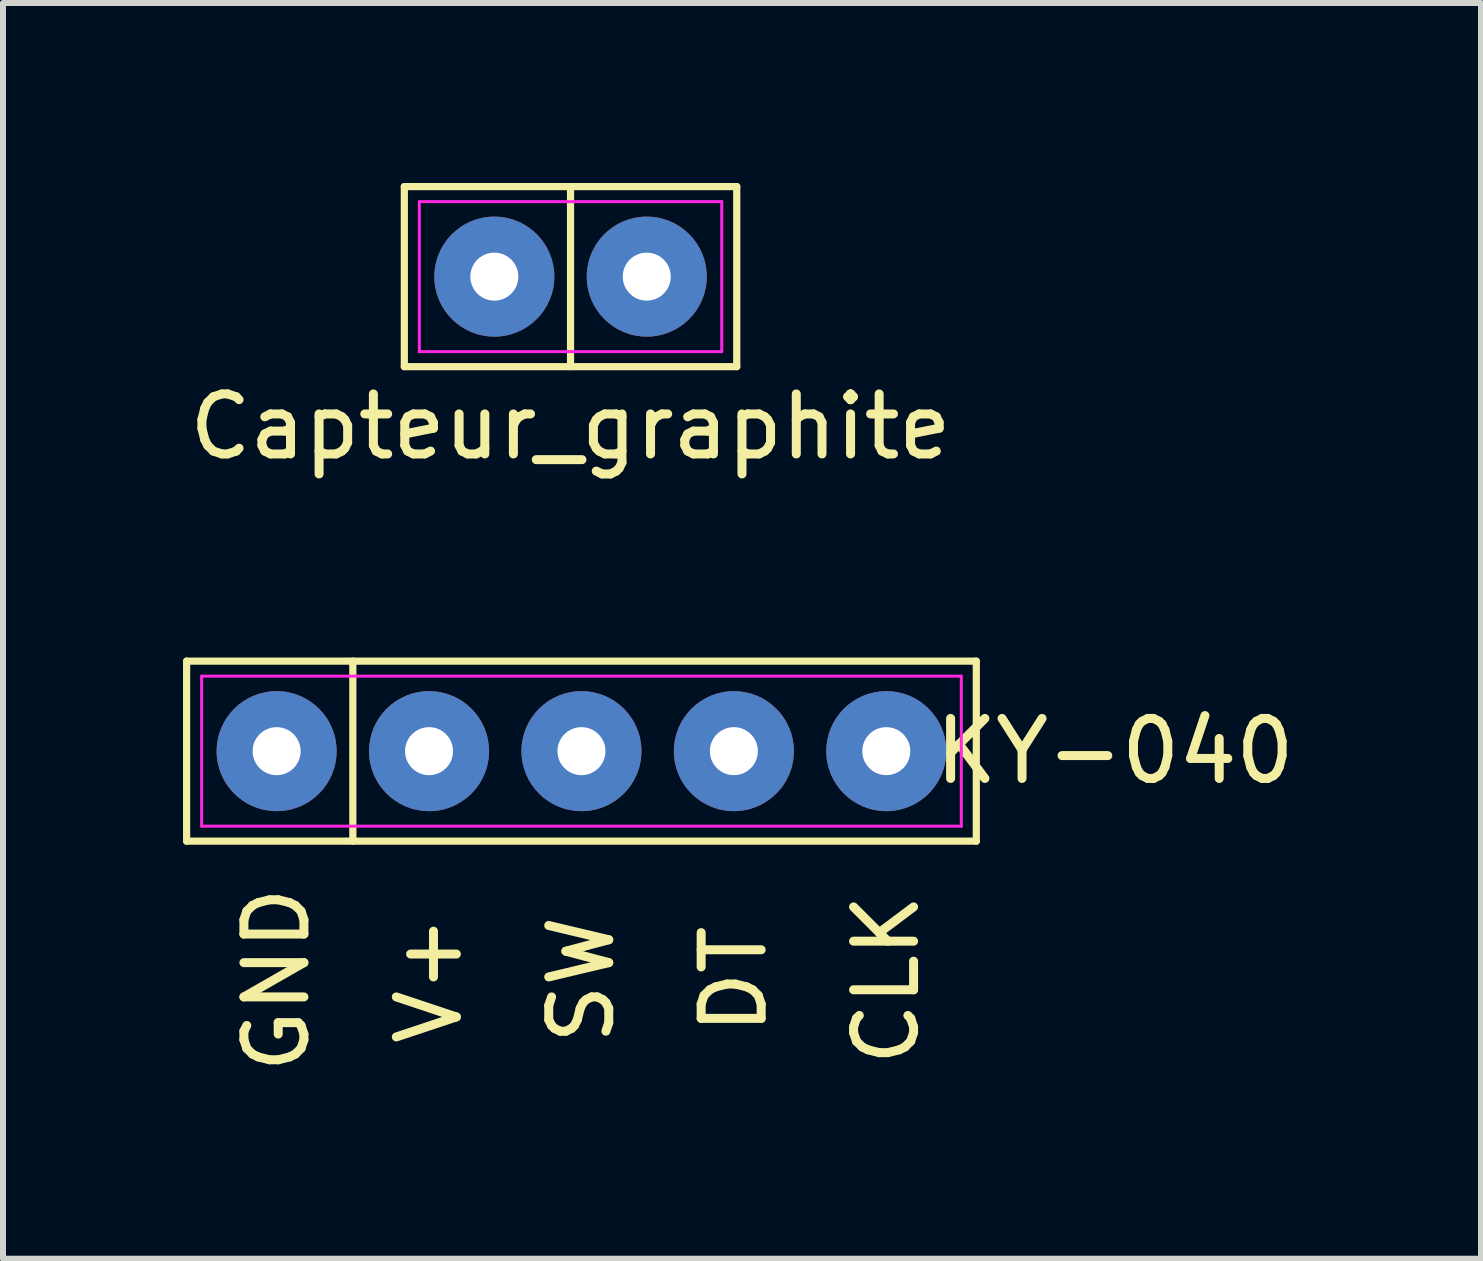
<source format=kicad_pcb>
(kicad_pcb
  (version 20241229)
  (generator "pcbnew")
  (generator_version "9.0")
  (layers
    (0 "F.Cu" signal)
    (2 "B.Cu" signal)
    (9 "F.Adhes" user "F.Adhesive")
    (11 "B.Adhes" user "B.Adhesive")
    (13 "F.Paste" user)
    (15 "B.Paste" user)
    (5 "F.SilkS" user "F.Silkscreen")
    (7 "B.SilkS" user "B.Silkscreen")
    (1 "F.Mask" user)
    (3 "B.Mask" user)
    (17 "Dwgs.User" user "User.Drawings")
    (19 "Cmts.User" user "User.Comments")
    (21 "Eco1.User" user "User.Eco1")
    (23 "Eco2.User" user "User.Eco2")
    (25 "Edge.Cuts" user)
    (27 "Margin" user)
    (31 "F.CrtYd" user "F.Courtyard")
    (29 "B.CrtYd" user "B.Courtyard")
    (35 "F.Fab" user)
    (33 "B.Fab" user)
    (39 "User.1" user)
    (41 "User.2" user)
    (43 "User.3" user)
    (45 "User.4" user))
  (footprint "KY-040"
    (layer "F.Cu")
    (at 6.64 9.468)
    (property "Reference" "KY-040" (at 8.89 0 0) (layer "F.SilkS") (effects (font (size 1 1) (thickness 0.15))))
    (attr through_hole)
    (fp_line (start -6.58 -1.5) (end 6.58 -1.5) (stroke (width 0.12) (type solid)) (layer "F.SilkS"))
    (fp_line (start -6.58 1.5) (end -6.58 -1.5) (stroke (width 0.12) (type solid)) (layer "F.SilkS"))
    (fp_line (start -3.81 -1.5) (end -3.81 1.5) (stroke (width 0.12) (type solid)) (layer "F.SilkS"))
    (fp_line (start 6.58 -1.5) (end 6.58 1.5) (stroke (width 0.12) (type solid)) (layer "F.SilkS"))
    (fp_line (start 6.58 1.5) (end -6.58 1.5) (stroke (width 0.12) (type solid)) (layer "F.SilkS"))
    (fp_line (start -6.33 -1.25) (end 6.33 -1.25) (stroke (width 0.05) (type solid)) (layer "F.CrtYd"))
    (fp_line (start -6.33 1.25) (end -6.33 -1.25) (stroke (width 0.05) (type solid)) (layer "F.CrtYd"))
    (fp_line (start 6.33 -1.25) (end 6.33 1.25) (stroke (width 0.05) (type solid)) (layer "F.CrtYd"))
    (fp_line (start 6.33 1.25) (end -6.33 1.25) (stroke (width 0.05) (type solid)) (layer "F.CrtYd"))
    (fp_text user "DT" (at 2.54 3.81 90) (layer "F.SilkS") (effects (font (size 1 1) (thickness 0.15))))
    (fp_text user "GND" (at -5.08 3.81 90) (layer "F.SilkS") (effects (font (size 1 1) (thickness 0.15))))
    (fp_text user "V+" (at -2.54 3.81 90) (layer "F.SilkS") (effects (font (size 1 1) (thickness 0.15))))
    (fp_text user "SW" (at 0 3.81 90) (layer "F.SilkS") (effects (font (size 1 1) (thickness 0.15))))
    (fp_text user "CLK" (at 5.08 3.81 90) (layer "F.SilkS") (effects (font (size 1 1) (thickness 0.15))))
    (pad "1" thru_hole circle (at -5.08 0) (size 2 2) (drill 0.8) (layers "*.Cu" "*.Mask"))
    (pad "2" thru_hole circle (at -2.54 0) (size 2 2) (drill 0.8) (layers "*.Cu" "*.Mask"))
    (pad "3" thru_hole circle (at 0 0) (size 2 2) (drill 0.8) (layers "*.Cu" "*.Mask"))
    (pad "4" thru_hole circle (at 2.54 0) (size 2 2) (drill 0.8) (layers "*.Cu" "*.Mask"))
    (pad "5" thru_hole circle (at 5.08 0) (size 2 2) (drill 0.8) (layers "*.Cu" "*.Mask")))
  (footprint "Capteur_graphite"
    (layer "F.Cu")
    (at 6.458 1.56)
    (property "Reference" "Capteur_graphite" (at 0 2.5 0) (layer "F.SilkS") (effects (font (size 1 1) (thickness 0.15))))
    (attr through_hole)
    (fp_line (start -2.77 -1.5) (end 2.77 -1.5) (stroke (width 0.12) (type solid)) (layer "F.SilkS"))
    (fp_line (start -2.77 1.5) (end -2.77 -1.5) (stroke (width 0.12) (type solid)) (layer "F.SilkS"))
    (fp_line (start 0 -1.5) (end 0 1.5) (stroke (width 0.12) (type solid)) (layer "F.SilkS"))
    (fp_line (start 2.77 -1.5) (end 2.77 1.5) (stroke (width 0.12) (type solid)) (layer "F.SilkS"))
    (fp_line (start 2.77 1.5) (end -2.77 1.5) (stroke (width 0.12) (type solid)) (layer "F.SilkS"))
    (fp_line (start -2.52 -1.25) (end 2.52 -1.25) (stroke (width 0.05) (type solid)) (layer "F.CrtYd"))
    (fp_line (start -2.52 1.25) (end -2.52 -1.25) (stroke (width 0.05) (type solid)) (layer "F.CrtYd"))
    (fp_line (start 2.52 -1.25) (end 2.52 1.25) (stroke (width 0.05) (type solid)) (layer "F.CrtYd"))
    (fp_line (start 2.52 1.25) (end -2.52 1.25) (stroke (width 0.05) (type solid)) (layer "F.CrtYd"))
    (pad "1" thru_hole circle (at -1.27 0) (size 2 2) (drill 0.8) (layers "*.Cu" "*.Mask"))
    (pad "2" thru_hole circle (at 1.27 0) (size 2 2) (drill 0.8) (layers "*.Cu" "*.Mask")))
  (gr_rect
    (start -3 -3)
    (end 21.631 17.927)
    (stroke (width 0.1) (type default))
    (fill no)
    (layer "Edge.Cuts")))
</source>
